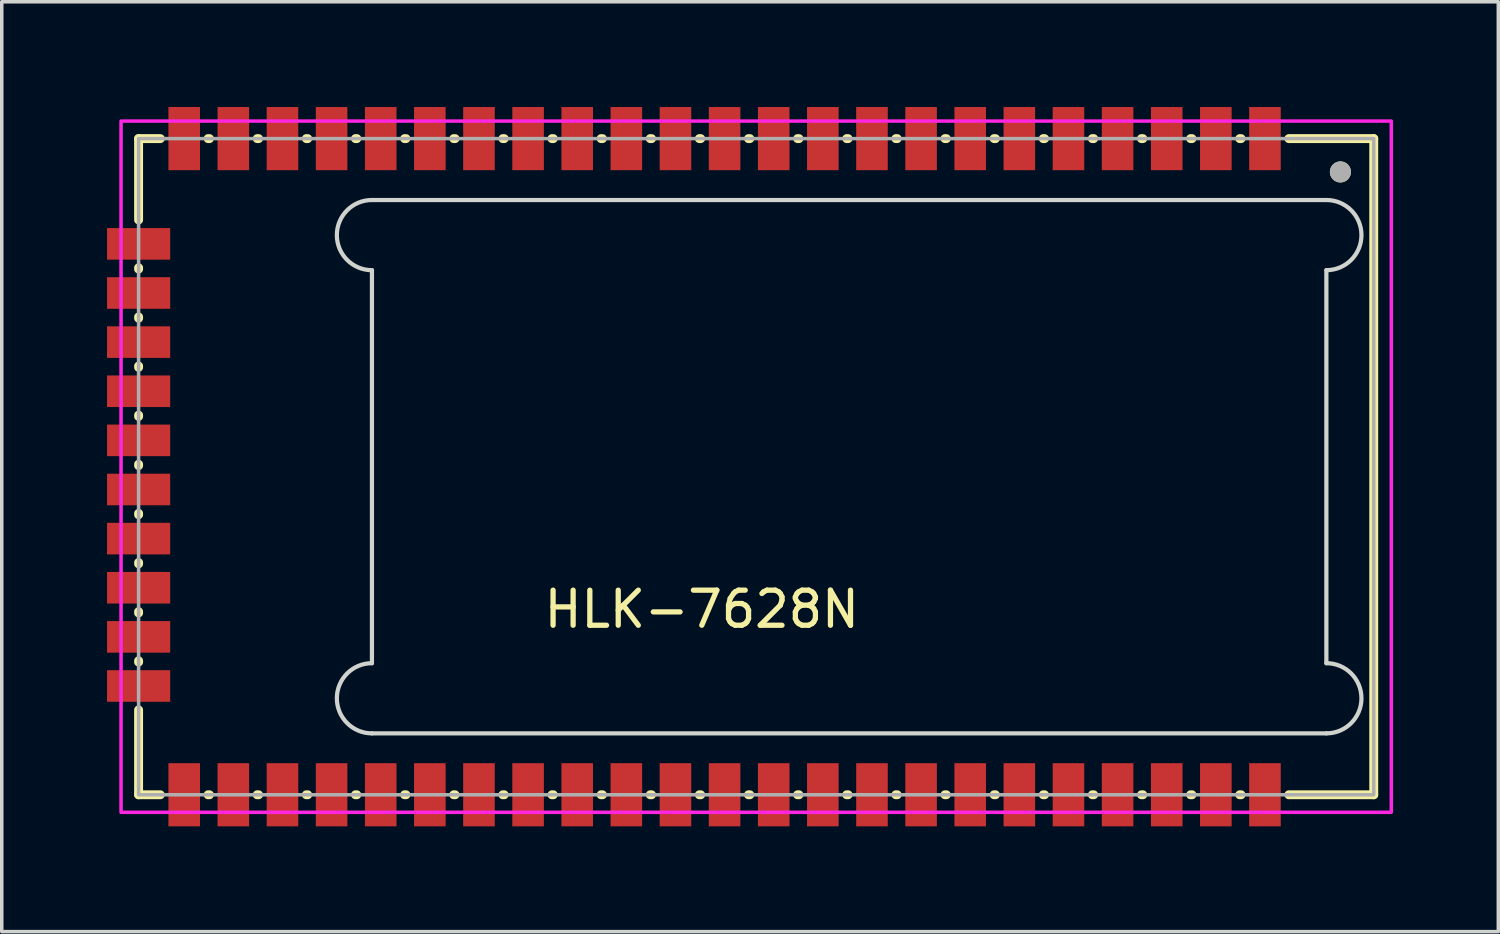
<source format=kicad_pcb>
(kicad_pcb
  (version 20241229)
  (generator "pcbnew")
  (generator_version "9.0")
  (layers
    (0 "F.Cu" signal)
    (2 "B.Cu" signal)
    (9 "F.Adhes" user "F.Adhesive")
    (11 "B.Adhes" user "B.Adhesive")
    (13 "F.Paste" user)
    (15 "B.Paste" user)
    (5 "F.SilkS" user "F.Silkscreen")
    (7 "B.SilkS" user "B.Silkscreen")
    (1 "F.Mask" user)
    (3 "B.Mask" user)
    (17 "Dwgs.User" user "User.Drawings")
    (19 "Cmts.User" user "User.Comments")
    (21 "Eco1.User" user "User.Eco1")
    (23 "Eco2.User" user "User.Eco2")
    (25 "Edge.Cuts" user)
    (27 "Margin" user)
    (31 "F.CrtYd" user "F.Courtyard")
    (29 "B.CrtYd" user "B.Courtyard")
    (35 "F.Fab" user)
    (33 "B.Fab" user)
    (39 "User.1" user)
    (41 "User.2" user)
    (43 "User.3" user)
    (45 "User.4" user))
  (footprint "HLK-7628N"
    (layer "F.Cu")
    (at 16.95 10.25)
    (property "Reference" "HLK-7628N" (at 0 4.064 0) (unlocked yes) (layer "F.SilkS") (effects (font (size 1 1) (thickness 0.15))))
    (attr smd)
    (fp_line (start -16.05 -9.35) (end -16.05 -7.031) (stroke (width 0.254) (type default)) (layer "F.SilkS"))
    (fp_line (start -16.05 -9.35) (end -15.431 -9.35) (stroke (width 0.254) (type default)) (layer "F.SilkS"))
    (fp_line (start -16.05 -5.669) (end -16.05 -5.631) (stroke (width 0.254) (type default)) (layer "F.SilkS"))
    (fp_line (start -16.05 -4.269) (end -16.05 -4.231) (stroke (width 0.254) (type default)) (layer "F.SilkS"))
    (fp_line (start -16.05 -2.869) (end -16.05 -2.831) (stroke (width 0.254) (type default)) (layer "F.SilkS"))
    (fp_line (start -16.05 -1.469) (end -16.05 -1.431) (stroke (width 0.254) (type default)) (layer "F.SilkS"))
    (fp_line (start -16.05 -0.069) (end -16.05 -0.031) (stroke (width 0.254) (type default)) (layer "F.SilkS"))
    (fp_line (start -16.05 1.331) (end -16.05 1.369) (stroke (width 0.254) (type default)) (layer "F.SilkS"))
    (fp_line (start -16.05 2.731) (end -16.05 2.769) (stroke (width 0.254) (type default)) (layer "F.SilkS"))
    (fp_line (start -16.05 4.131) (end -16.05 4.169) (stroke (width 0.254) (type default)) (layer "F.SilkS"))
    (fp_line (start -16.05 5.531) (end -16.05 5.569) (stroke (width 0.254) (type default)) (layer "F.SilkS"))
    (fp_line (start -16.05 6.931) (end -16.05 9.35) (stroke (width 0.254) (type default)) (layer "F.SilkS"))
    (fp_line (start -16.05 9.35) (end -15.431 9.35) (stroke (width 0.254) (type default)) (layer "F.SilkS"))
    (fp_line (start -14.069 -9.35) (end -14.031 -9.35) (stroke (width 0.254) (type default)) (layer "F.SilkS"))
    (fp_line (start -14.069 9.35) (end -14.031 9.35) (stroke (width 0.254) (type default)) (layer "F.SilkS"))
    (fp_line (start -12.669 -9.35) (end -12.631 -9.35) (stroke (width 0.254) (type default)) (layer "F.SilkS"))
    (fp_line (start -12.669 9.35) (end -12.631 9.35) (stroke (width 0.254) (type default)) (layer "F.SilkS"))
    (fp_line (start -11.269 -9.35) (end -11.231 -9.35) (stroke (width 0.254) (type default)) (layer "F.SilkS"))
    (fp_line (start -11.269 9.35) (end -11.231 9.35) (stroke (width 0.254) (type default)) (layer "F.SilkS"))
    (fp_line (start -9.869 -9.35) (end -9.831 -9.35) (stroke (width 0.254) (type default)) (layer "F.SilkS"))
    (fp_line (start -9.869 9.35) (end -9.831 9.35) (stroke (width 0.254) (type default)) (layer "F.SilkS"))
    (fp_line (start -8.469 -9.35) (end -8.431 -9.35) (stroke (width 0.254) (type default)) (layer "F.SilkS"))
    (fp_line (start -8.469 9.35) (end -8.431 9.35) (stroke (width 0.254) (type default)) (layer "F.SilkS"))
    (fp_line (start -7.069 -9.35) (end -7.031 -9.35) (stroke (width 0.254) (type default)) (layer "F.SilkS"))
    (fp_line (start -7.069 9.35) (end -7.031 9.35) (stroke (width 0.254) (type default)) (layer "F.SilkS"))
    (fp_line (start -5.669 -9.35) (end -5.631 -9.35) (stroke (width 0.254) (type default)) (layer "F.SilkS"))
    (fp_line (start -5.669 9.35) (end -5.631 9.35) (stroke (width 0.254) (type default)) (layer "F.SilkS"))
    (fp_line (start -4.269 -9.35) (end -4.231 -9.35) (stroke (width 0.254) (type default)) (layer "F.SilkS"))
    (fp_line (start -4.269 9.35) (end -4.231 9.35) (stroke (width 0.254) (type default)) (layer "F.SilkS"))
    (fp_line (start -2.869 -9.35) (end -2.831 -9.35) (stroke (width 0.254) (type default)) (layer "F.SilkS"))
    (fp_line (start -2.869 9.35) (end -2.831 9.35) (stroke (width 0.254) (type default)) (layer "F.SilkS"))
    (fp_line (start -1.469 -9.35) (end -1.431 -9.35) (stroke (width 0.254) (type default)) (layer "F.SilkS"))
    (fp_line (start -1.469 9.35) (end -1.431 9.35) (stroke (width 0.254) (type default)) (layer "F.SilkS"))
    (fp_line (start -0.069 -9.35) (end -0.031 -9.35) (stroke (width 0.254) (type default)) (layer "F.SilkS"))
    (fp_line (start -0.069 9.35) (end -0.031 9.35) (stroke (width 0.254) (type default)) (layer "F.SilkS"))
    (fp_line (start 1.331 -9.35) (end 1.369 -9.35) (stroke (width 0.254) (type default)) (layer "F.SilkS"))
    (fp_line (start 1.331 9.35) (end 1.369 9.35) (stroke (width 0.254) (type default)) (layer "F.SilkS"))
    (fp_line (start 2.731 -9.35) (end 2.769 -9.35) (stroke (width 0.254) (type default)) (layer "F.SilkS"))
    (fp_line (start 2.731 9.35) (end 2.769 9.35) (stroke (width 0.254) (type default)) (layer "F.SilkS"))
    (fp_line (start 4.131 -9.35) (end 4.169 -9.35) (stroke (width 0.254) (type default)) (layer "F.SilkS"))
    (fp_line (start 4.131 9.35) (end 4.169 9.35) (stroke (width 0.254) (type default)) (layer "F.SilkS"))
    (fp_line (start 5.531 -9.35) (end 5.569 -9.35) (stroke (width 0.254) (type default)) (layer "F.SilkS"))
    (fp_line (start 5.531 9.35) (end 5.569 9.35) (stroke (width 0.254) (type default)) (layer "F.SilkS"))
    (fp_line (start 6.931 -9.35) (end 6.969 -9.35) (stroke (width 0.254) (type default)) (layer "F.SilkS"))
    (fp_line (start 6.931 9.35) (end 6.969 9.35) (stroke (width 0.254) (type default)) (layer "F.SilkS"))
    (fp_line (start 8.331 -9.35) (end 8.369 -9.35) (stroke (width 0.254) (type default)) (layer "F.SilkS"))
    (fp_line (start 8.331 9.35) (end 8.369 9.35) (stroke (width 0.254) (type default)) (layer "F.SilkS"))
    (fp_line (start 9.731 -9.35) (end 9.769 -9.35) (stroke (width 0.254) (type default)) (layer "F.SilkS"))
    (fp_line (start 9.731 9.35) (end 9.769 9.35) (stroke (width 0.254) (type default)) (layer "F.SilkS"))
    (fp_line (start 11.131 -9.35) (end 11.169 -9.35) (stroke (width 0.254) (type default)) (layer "F.SilkS"))
    (fp_line (start 11.131 9.35) (end 11.169 9.35) (stroke (width 0.254) (type default)) (layer "F.SilkS"))
    (fp_line (start 12.531 -9.35) (end 12.569 -9.35) (stroke (width 0.254) (type default)) (layer "F.SilkS"))
    (fp_line (start 12.531 9.35) (end 12.569 9.35) (stroke (width 0.254) (type default)) (layer "F.SilkS"))
    (fp_line (start 13.931 -9.35) (end 13.969 -9.35) (stroke (width 0.254) (type default)) (layer "F.SilkS"))
    (fp_line (start 13.931 9.35) (end 13.969 9.35) (stroke (width 0.254) (type default)) (layer "F.SilkS"))
    (fp_line (start 15.331 -9.35) (end 15.369 -9.35) (stroke (width 0.254) (type default)) (layer "F.SilkS"))
    (fp_line (start 15.331 9.35) (end 15.369 9.35) (stroke (width 0.254) (type default)) (layer "F.SilkS"))
    (fp_line (start 16.731 -9.35) (end 19.15 -9.35) (stroke (width 0.254) (type default)) (layer "F.SilkS"))
    (fp_line (start 16.731 9.35) (end 19.15 9.35) (stroke (width 0.254) (type default)) (layer "F.SilkS"))
    (fp_line (start 19.15 9.35) (end 19.15 -9.35) (stroke (width 0.254) (type default)) (layer "F.SilkS"))
    (fp_circle (center 18.2 -8.4) (end 18.35 -8.4) (stroke (width 0.3) (type default)) (fill no) (layer "F.SilkS"))
    (fp_line (start -9.4 -7.6) (end 17.8 -7.6) (stroke (width 0.12) (type default)) (layer "Edge.Cuts"))
    (fp_line (start -9.4 5.6) (end -9.4 -5.6) (stroke (width 0.12) (type default)) (layer "Edge.Cuts"))
    (fp_line (start 17.8 -5.6) (end 17.8 5.6) (stroke (width 0.12) (type default)) (layer "Edge.Cuts"))
    (fp_line (start 17.8 7.6) (end -9.4 7.6) (stroke (width 0.12) (type default)) (layer "Edge.Cuts"))
    (fp_arc (start -9.4 -5.6) (mid -10.4 -6.6) (end -9.4 -7.6) (stroke (width 0.12) (type default)) (layer "Edge.Cuts"))
    (fp_arc (start -9.4 7.6) (mid -10.4 6.6) (end -9.4 5.6) (stroke (width 0.12) (type default)) (layer "Edge.Cuts"))
    (fp_arc (start 17.8 -7.6) (mid 18.8 -6.6) (end 17.8 -5.6) (stroke (width 0.12) (type default)) (layer "Edge.Cuts"))
    (fp_arc (start 17.8 5.6) (mid 18.8 6.6) (end 17.8 7.6) (stroke (width 0.12) (type default)) (layer "Edge.Cuts"))
    (fp_rect (start -16.55 -9.85) (end 19.65 9.85) (stroke (width 0.1) (type default)) (fill no) (layer "F.CrtYd"))
    (fp_rect (start -16.05 -9.35) (end 19.15 9.35) (stroke (width 0.1) (type default)) (fill no) (layer "F.Fab"))
    (fp_circle (center 18.2 -8.4) (end 18.35 -8.4) (stroke (width 0.3) (type default)) (fill no) (layer "F.Fab"))
    (pad "1" smd rect (at 16.05 -9.35) (size 0.9 1.8) (layers "F.Cu" "F.Mask" "F.Paste"))
    (pad "2" smd rect (at 14.65 -9.35) (size 0.9 1.8) (layers "F.Cu" "F.Mask" "F.Paste"))
    (pad "3" smd rect (at 13.25 -9.35) (size 0.9 1.8) (layers "F.Cu" "F.Mask" "F.Paste"))
    (pad "4" smd rect (at 11.85 -9.35) (size 0.9 1.8) (layers "F.Cu" "F.Mask" "F.Paste"))
    (pad "5" smd rect (at 10.45 -9.35) (size 0.9 1.8) (layers "F.Cu" "F.Mask" "F.Paste"))
    (pad "6" smd rect (at 9.05 -9.35) (size 0.9 1.8) (layers "F.Cu" "F.Mask" "F.Paste"))
    (pad "7" smd rect (at 7.65 -9.35) (size 0.9 1.8) (layers "F.Cu" "F.Mask" "F.Paste"))
    (pad "8" smd rect (at 6.25 -9.35) (size 0.9 1.8) (layers "F.Cu" "F.Mask" "F.Paste"))
    (pad "9" smd rect (at 4.85 -9.35) (size 0.9 1.8) (layers "F.Cu" "F.Mask" "F.Paste"))
    (pad "10" smd rect (at 3.45 -9.35) (size 0.9 1.8) (layers "F.Cu" "F.Mask" "F.Paste"))
    (pad "11" smd rect (at 2.05 -9.35) (size 0.9 1.8) (layers "F.Cu" "F.Mask" "F.Paste"))
    (pad "12" smd rect (at 0.65 -9.35) (size 0.9 1.8) (layers "F.Cu" "F.Mask" "F.Paste"))
    (pad "13" smd rect (at -0.75 -9.35) (size 0.9 1.8) (layers "F.Cu" "F.Mask" "F.Paste"))
    (pad "14" smd rect (at -2.15 -9.35) (size 0.9 1.8) (layers "F.Cu" "F.Mask" "F.Paste"))
    (pad "15" smd rect (at -3.55 -9.35) (size 0.9 1.8) (layers "F.Cu" "F.Mask" "F.Paste"))
    (pad "16" smd rect (at -4.95 -9.35) (size 0.9 1.8) (layers "F.Cu" "F.Mask" "F.Paste"))
    (pad "17" smd rect (at -6.35 -9.35) (size 0.9 1.8) (layers "F.Cu" "F.Mask" "F.Paste"))
    (pad "18" smd rect (at -7.75 -9.35) (size 0.9 1.8) (layers "F.Cu" "F.Mask" "F.Paste"))
    (pad "19" smd rect (at -9.15 -9.35) (size 0.9 1.8) (layers "F.Cu" "F.Mask" "F.Paste"))
    (pad "20" smd rect (at -10.55 -9.35) (size 0.9 1.8) (layers "F.Cu" "F.Mask" "F.Paste"))
    (pad "21" smd rect (at -11.95 -9.35) (size 0.9 1.8) (layers "F.Cu" "F.Mask" "F.Paste"))
    (pad "22" smd rect (at -13.35 -9.35) (size 0.9 1.8) (layers "F.Cu" "F.Mask" "F.Paste"))
    (pad "23" smd rect (at -14.75 -9.35) (size 0.9 1.8) (layers "F.Cu" "F.Mask" "F.Paste"))
    (pad "24" smd rect (at -16.05 -6.35 90) (size 0.9 1.8) (layers "F.Cu" "F.Mask" "F.Paste"))
    (pad "25" smd rect (at -16.05 -4.95 90) (size 0.9 1.8) (layers "F.Cu" "F.Mask" "F.Paste"))
    (pad "26" smd rect (at -16.05 -3.55 90) (size 0.9 1.8) (layers "F.Cu" "F.Mask" "F.Paste"))
    (pad "27" smd rect (at -16.05 -2.15 90) (size 0.9 1.8) (layers "F.Cu" "F.Mask" "F.Paste"))
    (pad "28" smd rect (at -16.05 -0.75 90) (size 0.9 1.8) (layers "F.Cu" "F.Mask" "F.Paste"))
    (pad "29" smd rect (at -16.05 0.65 90) (size 0.9 1.8) (layers "F.Cu" "F.Mask" "F.Paste"))
    (pad "30" smd rect (at -16.05 2.05 90) (size 0.9 1.8) (layers "F.Cu" "F.Mask" "F.Paste"))
    (pad "31" smd rect (at -16.05 3.45 90) (size 0.9 1.8) (layers "F.Cu" "F.Mask" "F.Paste"))
    (pad "32" smd rect (at -16.05 4.85 90) (size 0.9 1.8) (layers "F.Cu" "F.Mask" "F.Paste"))
    (pad "33" smd rect (at -16.05 6.25 90) (size 0.9 1.8) (layers "F.Cu" "F.Mask" "F.Paste"))
    (pad "34" smd rect (at -14.75 9.35 180) (size 0.9 1.8) (layers "F.Cu" "F.Mask" "F.Paste"))
    (pad "35" smd rect (at -13.35 9.35 180) (size 0.9 1.8) (layers "F.Cu" "F.Mask" "F.Paste"))
    (pad "36" smd rect (at -11.95 9.35 180) (size 0.9 1.8) (layers "F.Cu" "F.Mask" "F.Paste"))
    (pad "37" smd rect (at -10.55 9.35 180) (size 0.9 1.8) (layers "F.Cu" "F.Mask" "F.Paste"))
    (pad "38" smd rect (at -9.15 9.35 180) (size 0.9 1.8) (layers "F.Cu" "F.Mask" "F.Paste"))
    (pad "39" smd rect (at -7.75 9.35 180) (size 0.9 1.8) (layers "F.Cu" "F.Mask" "F.Paste"))
    (pad "40" smd rect (at -6.35 9.35 180) (size 0.9 1.8) (layers "F.Cu" "F.Mask" "F.Paste"))
    (pad "41" smd rect (at -4.95 9.35 180) (size 0.9 1.8) (layers "F.Cu" "F.Mask" "F.Paste"))
    (pad "42" smd rect (at -3.55 9.35 180) (size 0.9 1.8) (layers "F.Cu" "F.Mask" "F.Paste"))
    (pad "43" smd rect (at -2.15 9.35 180) (size 0.9 1.8) (layers "F.Cu" "F.Mask" "F.Paste"))
    (pad "44" smd rect (at -0.75 9.35 180) (size 0.9 1.8) (layers "F.Cu" "F.Mask" "F.Paste"))
    (pad "45" smd rect (at 0.65 9.35 180) (size 0.9 1.8) (layers "F.Cu" "F.Mask" "F.Paste"))
    (pad "46" smd rect (at 2.05 9.35 180) (size 0.9 1.8) (layers "F.Cu" "F.Mask" "F.Paste"))
    (pad "47" smd rect (at 3.45 9.35 180) (size 0.9 1.8) (layers "F.Cu" "F.Mask" "F.Paste"))
    (pad "48" smd rect (at 4.85 9.35 180) (size 0.9 1.8) (layers "F.Cu" "F.Mask" "F.Paste"))
    (pad "49" smd rect (at 6.25 9.35 180) (size 0.9 1.8) (layers "F.Cu" "F.Mask" "F.Paste"))
    (pad "50" smd rect (at 7.65 9.35 180) (size 0.9 1.8) (layers "F.Cu" "F.Mask" "F.Paste"))
    (pad "51" smd rect (at 9.05 9.35 180) (size 0.9 1.8) (layers "F.Cu" "F.Mask" "F.Paste"))
    (pad "52" smd rect (at 10.45 9.35 180) (size 0.9 1.8) (layers "F.Cu" "F.Mask" "F.Paste"))
    (pad "53" smd rect (at 11.85 9.35 180) (size 0.9 1.8) (layers "F.Cu" "F.Mask" "F.Paste"))
    (pad "54" smd rect (at 13.25 9.35 180) (size 0.9 1.8) (layers "F.Cu" "F.Mask" "F.Paste"))
    (pad "55" smd rect (at 14.65 9.35 180) (size 0.9 1.8) (layers "F.Cu" "F.Mask" "F.Paste"))
    (pad "56" smd rect (at 16.05 9.35 180) (size 0.9 1.8) (layers "F.Cu" "F.Mask" "F.Paste")))
  (gr_rect
    (start -3 -3)
    (end 39.65 23.5)
    (stroke (width 0.1) (type default))
    (fill no)
    (layer "Edge.Cuts")))
</source>
